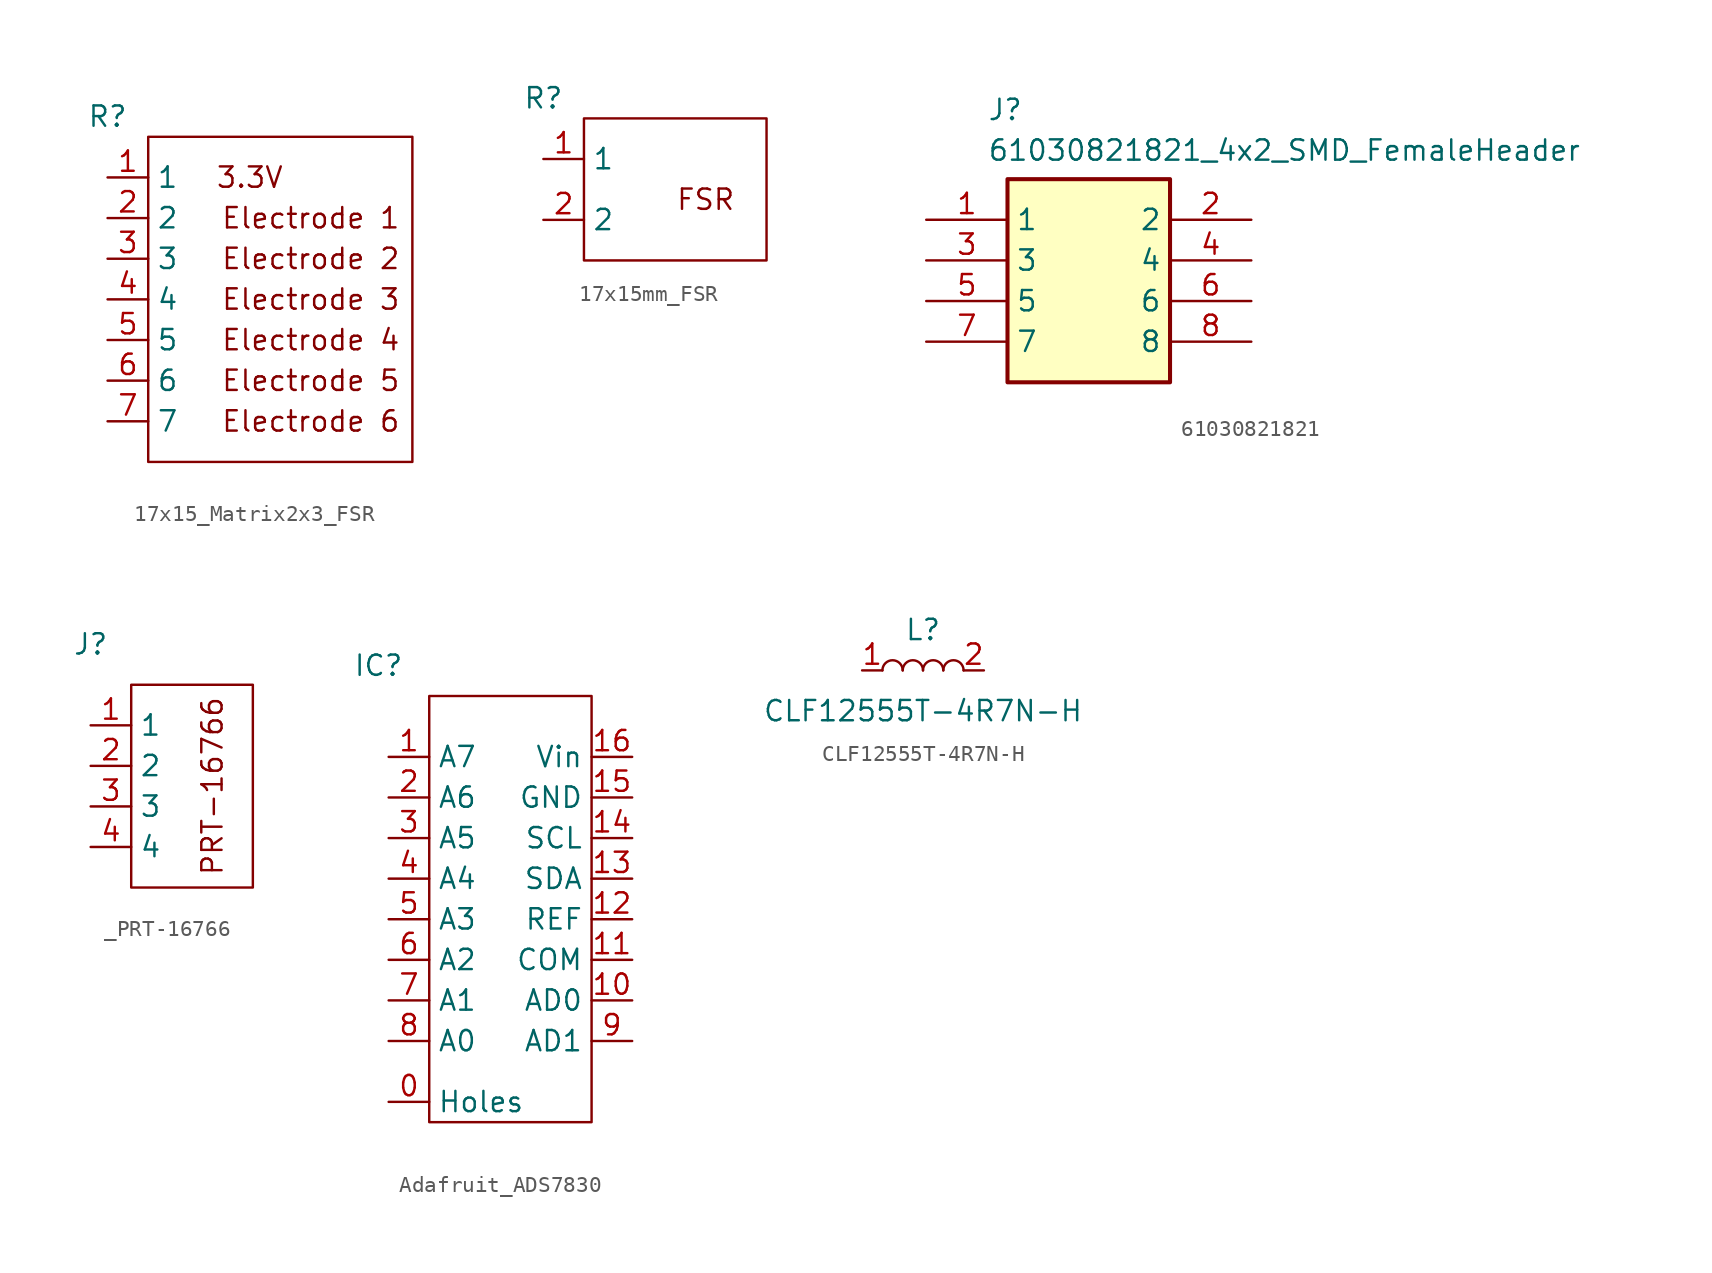
<source format=kicad_sym>
(kicad_symbol_lib
  (version 20220914)
  (generator kicad_symbol_editor)
  (symbol "17x15_Matrix2x3_FSR"
    (property "Reference" "R"
      (at 0 0 0)
      (effects (font (size 1.27 1.27))))
    (property "Value" ""
      (at 0 0 0)
      (effects (font (size 1.27 1.27))))
    (symbol "17x15_Matrix2x3_FSR_0_1"
      (rectangle (start 2.54 -1.27) (end 19.05 -21.59) (stroke (width 0) (type default)) (fill (type none))))
    (symbol "17x15_Matrix2x3_FSR_1_1"
      (text "3.3V" (at 8.89 -3.81 0) (effects (font (size 1.27 1.27))))
      (text "Electrode 1" (at 12.7 -6.35 0) (effects (font (size 1.27 1.27))))
      (text "Electrode 2" (at 12.7 -8.89 0) (effects (font (size 1.27 1.27))))
      (text "Electrode 3" (at 12.7 -11.43 0) (effects (font (size 1.27 1.27))))
      (text "Electrode 4" (at 12.7 -13.97 0) (effects (font (size 1.27 1.27))))
      (text "Electrode 5" (at 12.7 -16.51 0) (effects (font (size 1.27 1.27))))
      (text "Electrode 6" (at 12.7 -19.05 0) (effects (font (size 1.27 1.27))))
      (pin bidirectional line (at 0 -3.81 0) (length 2.54) (name "1" (effects (font (size 1.27 1.27)))) (number "1" (effects (font (size 1.27 1.27)))))
      (pin bidirectional line (at 0 -6.35 0) (length 2.54) (name "2" (effects (font (size 1.27 1.27)))) (number "2" (effects (font (size 1.27 1.27)))))
      (pin bidirectional line (at 0 -8.89 0) (length 2.54) (name "3" (effects (font (size 1.27 1.27)))) (number "3" (effects (font (size 1.27 1.27)))))
      (pin bidirectional line (at 0 -11.43 0) (length 2.54) (name "4" (effects (font (size 1.27 1.27)))) (number "4" (effects (font (size 1.27 1.27)))))
      (pin bidirectional line (at 0 -13.97 0) (length 2.54) (name "5" (effects (font (size 1.27 1.27)))) (number "5" (effects (font (size 1.27 1.27)))))
      (pin bidirectional line (at 0 -16.51 0) (length 2.54) (name "6" (effects (font (size 1.27 1.27)))) (number "6" (effects (font (size 1.27 1.27)))))
      (pin bidirectional line (at 0 -19.05 0) (length 2.54) (name "7" (effects (font (size 1.27 1.27)))) (number "7" (effects (font (size 1.27 1.27)))))))
  (symbol "17x15mm_FSR"
    (property "Reference" "R"
      (at 0 3.81 0)
      (effects (font (size 1.27 1.27))))
    (property "Value" ""
      (at 0 0 0)
      (effects (font (size 1.27 1.27))))
    (symbol "17x15mm_FSR_0_1"
      (rectangle (start 2.54 2.54) (end 13.97 -6.35) (stroke (width 0) (type default)) (fill (type none))))
    (symbol "17x15mm_FSR_1_1"
      (text "FSR" (at 10.16 -2.54 0) (effects (font (size 1.27 1.27))))
      (pin bidirectional line (at 0 0 0) (length 2.54) (name "1" (effects (font (size 1.27 1.27)))) (number "1" (effects (font (size 1.27 1.27)))))
      (pin bidirectional line (at 0 -3.81 0) (length 2.54) (name "2" (effects (font (size 1.27 1.27)))) (number "2" (effects (font (size 1.27 1.27)))))))
  (symbol "61030821821"
    (property "Reference" "J"
      (at 3.81 7.62 0)
      (effects (font (size 1.27 1.27)) (justify left top)))
    (property "Value" "61030821821_4x2_SMD_FemaleHeader"
      (at 3.81 5.08 0)
      (effects (font (size 1.27 1.27)) (justify left top)))
    (symbol "61030821821_1_1"
      (rectangle (start 5.08 2.54) (end 15.24 -10.16) (stroke (width 0.254) (type default)) (fill (type background)))
      (pin passive line (at 0 0 0) (length 5.08) (name "1" (effects (font (size 1.27 1.27)))) (number "1" (effects (font (size 1.27 1.27)))))
      (pin passive line (at 20.32 0 180) (length 5.08) (name "2" (effects (font (size 1.27 1.27)))) (number "2" (effects (font (size 1.27 1.27)))))
      (pin passive line (at 0 -2.54 0) (length 5.08) (name "3" (effects (font (size 1.27 1.27)))) (number "3" (effects (font (size 1.27 1.27)))))
      (pin passive line (at 20.32 -2.54 180) (length 5.08) (name "4" (effects (font (size 1.27 1.27)))) (number "4" (effects (font (size 1.27 1.27)))))
      (pin passive line (at 0 -5.08 0) (length 5.08) (name "5" (effects (font (size 1.27 1.27)))) (number "5" (effects (font (size 1.27 1.27)))))
      (pin passive line (at 20.32 -5.08 180) (length 5.08) (name "6" (effects (font (size 1.27 1.27)))) (number "6" (effects (font (size 1.27 1.27)))))
      (pin passive line (at 0 -7.62 0) (length 5.08) (name "7" (effects (font (size 1.27 1.27)))) (number "7" (effects (font (size 1.27 1.27)))))
      (pin passive line (at 20.32 -7.62 180) (length 5.08) (name "8" (effects (font (size 1.27 1.27)))) (number "8" (effects (font (size 1.27 1.27)))))))
  (symbol "_PRT-16766"
    (property "Reference" "J"
      (at 0 3.81 0)
      (effects (font (size 1.27 1.27))))
    (property "Value" ""
      (at 0 0 0)
      (effects (font (size 1.27 1.27))))
    (symbol "_PRT-16766_0_1"
      (rectangle (start 2.54 1.27) (end 10.16 -11.43) (stroke (width 0) (type default)) (fill (type none))))
    (symbol "_PRT-16766_1_1"
      (text "PRT-16766" (at 7.62 -5.08 900) (effects (font (size 1.27 1.27))))
      (pin bidirectional line (at 0 -1.27 0) (length 2.54) (name "1" (effects (font (size 1.27 1.27)))) (number "1" (effects (font (size 1.27 1.27)))))
      (pin bidirectional line (at 0 -3.81 0) (length 2.54) (name "2" (effects (font (size 1.27 1.27)))) (number "2" (effects (font (size 1.27 1.27)))))
      (pin bidirectional line (at 0 -6.35 0) (length 2.54) (name "3" (effects (font (size 1.27 1.27)))) (number "3" (effects (font (size 1.27 1.27)))))
      (pin bidirectional line (at 0 -8.89 0) (length 2.54) (name "4" (effects (font (size 1.27 1.27)))) (number "4" (effects (font (size 1.27 1.27)))))))
  (symbol "Adafruit_ADS7830"
    (property "Reference" "IC"
      (at -1.905 1.905 0)
      (effects (font (size 1.27 1.27))))
    (property "Value" ""
      (at -1.905 1.905 0)
      (effects (font (size 1.27 1.27))))
    (symbol "Adafruit_ADS7830_0_1"
      (rectangle (start 1.27 0) (end 11.43 -26.67) (stroke (width 0) (type default)) (fill (type none))))
    (symbol "Adafruit_ADS7830_1_1"
      (pin bidirectional line (at -1.27 -25.4 0) (length 2.54) (name "Holes" (effects (font (size 1.27 1.27)))) (number "0" (effects (font (size 1.27 1.27)))))
      (pin bidirectional line (at -1.27 -3.81 0) (length 2.54) (name "A7" (effects (font (size 1.27 1.27)))) (number "1" (effects (font (size 1.27 1.27)))))
      (pin bidirectional line (at 13.97 -19.05 180) (length 2.54) (name "AD0" (effects (font (size 1.27 1.27)))) (number "10" (effects (font (size 1.27 1.27)))))
      (pin bidirectional line (at 13.97 -16.51 180) (length 2.54) (name "COM" (effects (font (size 1.27 1.27)))) (number "11" (effects (font (size 1.27 1.27)))))
      (pin bidirectional line (at 13.97 -13.97 180) (length 2.54) (name "REF" (effects (font (size 1.27 1.27)))) (number "12" (effects (font (size 1.27 1.27)))))
      (pin bidirectional line (at 13.97 -11.43 180) (length 2.54) (name "SDA" (effects (font (size 1.27 1.27)))) (number "13" (effects (font (size 1.27 1.27)))))
      (pin bidirectional line (at 13.97 -8.89 180) (length 2.54) (name "SCL" (effects (font (size 1.27 1.27)))) (number "14" (effects (font (size 1.27 1.27)))))
      (pin bidirectional line (at 13.97 -6.35 180) (length 2.54) (name "GND" (effects (font (size 1.27 1.27)))) (number "15" (effects (font (size 1.27 1.27)))))
      (pin bidirectional line (at 13.97 -3.81 180) (length 2.54) (name "Vin" (effects (font (size 1.27 1.27)))) (number "16" (effects (font (size 1.27 1.27)))))
      (pin bidirectional line (at -1.27 -6.35 0) (length 2.54) (name "A6" (effects (font (size 1.27 1.27)))) (number "2" (effects (font (size 1.27 1.27)))))
      (pin bidirectional line (at -1.27 -8.89 0) (length 2.54) (name "A5" (effects (font (size 1.27 1.27)))) (number "3" (effects (font (size 1.27 1.27)))))
      (pin bidirectional line (at -1.27 -11.43 0) (length 2.54) (name "A4" (effects (font (size 1.27 1.27)))) (number "4" (effects (font (size 1.27 1.27)))))
      (pin bidirectional line (at -1.27 -13.97 0) (length 2.54) (name "A3" (effects (font (size 1.27 1.27)))) (number "5" (effects (font (size 1.27 1.27)))))
      (pin bidirectional line (at -1.27 -16.51 0) (length 2.54) (name "A2" (effects (font (size 1.27 1.27)))) (number "6" (effects (font (size 1.27 1.27)))))
      (pin bidirectional line (at -1.27 -19.05 0) (length 2.54) (name "A1" (effects (font (size 1.27 1.27)))) (number "7" (effects (font (size 1.27 1.27)))))
      (pin bidirectional line (at -1.27 -21.59 0) (length 2.54) (name "A0" (effects (font (size 1.27 1.27)))) (number "8" (effects (font (size 1.27 1.27)))))
      (pin bidirectional line (at 13.97 -21.59 180) (length 2.54) (name "AD1" (effects (font (size 1.27 1.27)))) (number "9" (effects (font (size 1.27 1.27)))))))
  (symbol "CLF12555T-4R7N-H"
    (property "Reference" "L"
      (at 0 0 0)
      (effects (font (size 1.27 1.27))))
    (property "Value" "CLF12555T-4R7N-H"
      (at 0 -5.08 0)
      (effects (font (size 1.27 1.27))))
    (symbol "CLF12555T-4R7N-H_0_1"
      (arc (start -1.27 -2.54) (mid -1.905 -1.9077) (end -2.54 -2.54) (stroke (width 0) (type default)) (fill (type none)))
      (arc (start 0 -2.54) (mid -0.635 -1.9077) (end -1.27 -2.54) (stroke (width 0) (type default)) (fill (type none)))
      (arc (start 1.27 -2.54) (mid 0.635 -1.9077) (end 0 -2.54) (stroke (width 0) (type default)) (fill (type none)))
      (arc (start 2.54 -2.54) (mid 1.905 -1.9077) (end 1.27 -2.54) (stroke (width 0) (type default)) (fill (type none))))
    (symbol "CLF12555T-4R7N-H_1_1"
      (pin passive line (at -3.81 -2.54 0) (length 1.27) (name "" (effects (font (size 1.27 1.27)))) (number "1" (effects (font (size 1.27 1.27)))))
      (pin passive line (at 3.81 -2.54 180) (length 1.27) (name "" (effects (font (size 1.27 1.27)))) (number "2" (effects (font (size 1.27 1.27))))))))
</source>
